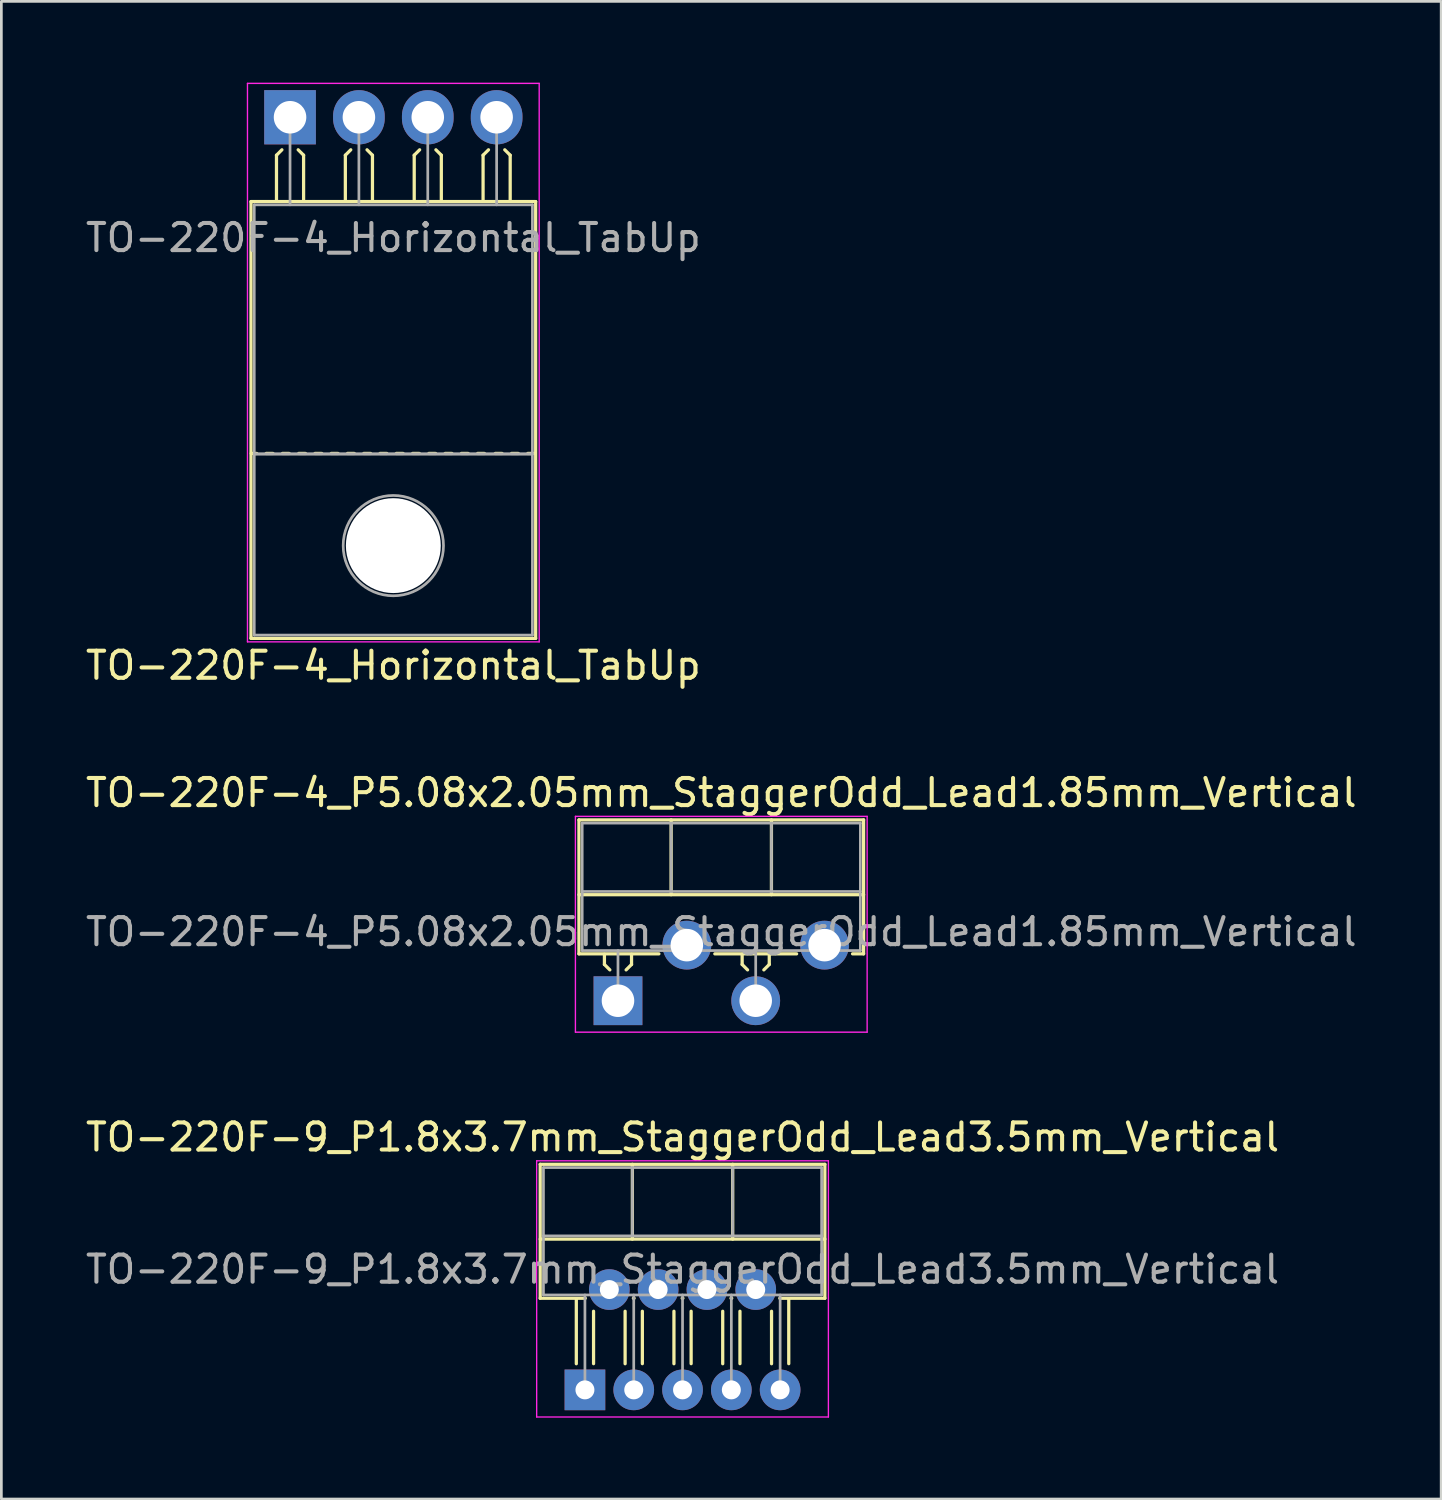
<source format=kicad_pcb>
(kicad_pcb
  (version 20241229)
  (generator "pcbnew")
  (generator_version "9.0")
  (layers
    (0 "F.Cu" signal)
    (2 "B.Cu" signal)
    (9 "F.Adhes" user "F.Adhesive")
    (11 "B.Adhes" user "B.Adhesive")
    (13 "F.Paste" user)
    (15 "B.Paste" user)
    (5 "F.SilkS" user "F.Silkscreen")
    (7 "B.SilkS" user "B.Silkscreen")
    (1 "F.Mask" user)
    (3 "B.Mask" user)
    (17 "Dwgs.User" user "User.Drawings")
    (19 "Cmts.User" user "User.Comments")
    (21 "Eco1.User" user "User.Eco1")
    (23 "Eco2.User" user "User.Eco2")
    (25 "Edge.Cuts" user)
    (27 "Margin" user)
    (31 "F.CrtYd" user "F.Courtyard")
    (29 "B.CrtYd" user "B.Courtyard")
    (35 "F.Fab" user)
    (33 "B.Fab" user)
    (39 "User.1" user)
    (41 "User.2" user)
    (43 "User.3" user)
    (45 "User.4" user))
  (footprint "TO-220F-4_P5.08x2.05mm_StaggerOdd_Lead1.85mm_Vertical"
    (layer "F.Cu")
    (at 19.744 33.861)
    (property "Reference" "TO-220F-4_P5.08x2.05mm_StaggerOdd_Lead1.85mm_Vertical" (at 3.81 -7.67 0) (layer "F.SilkS") (effects (font (size 1 1) (thickness 0.15))))
    (attr through_hole)
    (fp_line (start -1.44 -6.67) (end -1.44 -1.729) (stroke (width 0.12) (type solid)) (layer "F.SilkS"))
    (fp_line (start -1.44 -6.67) (end 9.06 -6.67) (stroke (width 0.12) (type solid)) (layer "F.SilkS"))
    (fp_line (start -1.44 -3.911) (end 9.06 -3.911) (stroke (width 0.12) (type solid)) (layer "F.SilkS"))
    (fp_line (start -1.44 -1.729) (end 1.509 -1.729) (stroke (width 0.12) (type solid)) (layer "F.SilkS"))
    (fp_line (start -0.5 -1.714) (end -0.5 -1.337) (stroke (width 0.12) (type solid)) (layer "F.SilkS"))
    (fp_line (start -0.5 -1.337) (end -0.3 -1.137) (stroke (width 0.12) (type solid)) (layer "F.SilkS"))
    (fp_line (start 0.5 -1.714) (end 0.5 -1.337) (stroke (width 0.12) (type solid)) (layer "F.SilkS"))
    (fp_line (start 0.5 -1.337) (end 0.3 -1.137) (stroke (width 0.12) (type solid)) (layer "F.SilkS"))
    (fp_line (start 1.96 -6.67) (end 1.96 -3.911) (stroke (width 0.12) (type solid)) (layer "F.SilkS"))
    (fp_line (start 3.572 -1.729) (end 6.589 -1.729) (stroke (width 0.12) (type solid)) (layer "F.SilkS"))
    (fp_line (start 4.58 -1.714) (end 4.58 -1.337) (stroke (width 0.12) (type solid)) (layer "F.SilkS"))
    (fp_line (start 4.58 -1.337) (end 4.78 -1.137) (stroke (width 0.12) (type solid)) (layer "F.SilkS"))
    (fp_line (start 5.58 -1.714) (end 5.58 -1.337) (stroke (width 0.12) (type solid)) (layer "F.SilkS"))
    (fp_line (start 5.58 -1.337) (end 5.38 -1.137) (stroke (width 0.12) (type solid)) (layer "F.SilkS"))
    (fp_line (start 5.66 -6.67) (end 5.66 -3.911) (stroke (width 0.12) (type solid)) (layer "F.SilkS"))
    (fp_line (start 8.652 -1.729) (end 9.06 -1.729) (stroke (width 0.12) (type solid)) (layer "F.SilkS"))
    (fp_line (start 9.06 -6.67) (end 9.06 -1.729) (stroke (width 0.12) (type solid)) (layer "F.SilkS"))
    (fp_line (start -1.57 -6.8) (end -1.57 1.16) (stroke (width 0.05) (type solid)) (layer "F.CrtYd"))
    (fp_line (start -1.57 1.16) (end 9.19 1.16) (stroke (width 0.05) (type solid)) (layer "F.CrtYd"))
    (fp_line (start 9.19 -6.8) (end -1.57 -6.8) (stroke (width 0.05) (type solid)) (layer "F.CrtYd"))
    (fp_line (start 9.19 1.16) (end 9.19 -6.8) (stroke (width 0.05) (type solid)) (layer "F.CrtYd"))
    (fp_line (start -1.32 -6.55) (end -1.32 -1.85) (stroke (width 0.1) (type solid)) (layer "F.Fab"))
    (fp_line (start -1.32 -4.03) (end 8.94 -4.03) (stroke (width 0.1) (type solid)) (layer "F.Fab"))
    (fp_line (start -1.32 -1.85) (end 8.94 -1.85) (stroke (width 0.1) (type solid)) (layer "F.Fab"))
    (fp_line (start 0 -1.85) (end 0 0) (stroke (width 0.1) (type solid)) (layer "F.Fab"))
    (fp_line (start 1.96 -6.55) (end 1.96 -4.03) (stroke (width 0.1) (type solid)) (layer "F.Fab"))
    (fp_line (start 5.08 -1.85) (end 5.08 0) (stroke (width 0.1) (type solid)) (layer "F.Fab"))
    (fp_line (start 5.66 -6.55) (end 5.66 -4.03) (stroke (width 0.1) (type solid)) (layer "F.Fab"))
    (fp_line (start 8.94 -6.55) (end -1.32 -6.55) (stroke (width 0.1) (type solid)) (layer "F.Fab"))
    (fp_line (start 8.94 -1.85) (end 8.94 -6.55) (stroke (width 0.1) (type solid)) (layer "F.Fab"))
    (fp_text user "${REFERENCE}" (at 3.81 -2.54 0) (layer "F.Fab") (effects (font (size 1 1) (thickness 0.15))))
    (pad "1" thru_hole rect (at 0 0) (size 1.8 1.8) (drill 1.2) (layers "*.Cu" "*.Mask"))
    (pad "2" thru_hole oval (at 2.54 -2.05) (size 1.8 1.8) (drill 1.2) (layers "*.Cu" "*.Mask"))
    (pad "3" thru_hole oval (at 5.08 0) (size 1.8 1.8) (drill 1.2) (layers "*.Cu" "*.Mask"))
    (pad "4" thru_hole oval (at 7.62 -2.05) (size 1.8 1.8) (drill 1.2) (layers "*.Cu" "*.Mask")))
  (footprint "TO-220F-9_P1.8x3.7mm_StaggerOdd_Lead3.5mm_Vertical"
    (layer "F.Cu")
    (at 18.525 48.215)
    (property "Reference" "TO-220F-9_P1.8x3.7mm_StaggerOdd_Lead3.5mm_Vertical" (at 3.6 -9.32 0) (layer "F.SilkS") (effects (font (size 1 1) (thickness 0.15))))
    (attr through_hole)
    (fp_line (start -1.65 -8.32) (end -1.65 -3.379) (stroke (width 0.12) (type solid)) (layer "F.SilkS"))
    (fp_line (start -1.65 -8.32) (end 8.85 -8.32) (stroke (width 0.12) (type solid)) (layer "F.SilkS"))
    (fp_line (start -1.65 -5.561) (end 8.85 -5.561) (stroke (width 0.12) (type solid)) (layer "F.SilkS"))
    (fp_line (start -1.65 -3.379) (end 0.014 -3.379) (stroke (width 0.12) (type solid)) (layer "F.SilkS"))
    (fp_line (start -0.318 -3.35) (end -0.318 -0.964) (stroke (width 0.12) (type solid)) (layer "F.SilkS"))
    (fp_line (start 0.318 -2.9) (end 0.318 -0.967) (stroke (width 0.12) (type solid)) (layer "F.SilkS"))
    (fp_line (start 1.482 -2.9) (end 1.482 -0.964) (stroke (width 0.12) (type solid)) (layer "F.SilkS"))
    (fp_line (start 1.75 -8.32) (end 1.75 -5.561) (stroke (width 0.12) (type solid)) (layer "F.SilkS"))
    (fp_line (start 1.787 -3.379) (end 1.814 -3.379) (stroke (width 0.12) (type solid)) (layer "F.SilkS"))
    (fp_line (start 2.118 -2.9) (end 2.118 -0.967) (stroke (width 0.12) (type solid)) (layer "F.SilkS"))
    (fp_line (start 3.283 -2.9) (end 3.283 -0.964) (stroke (width 0.12) (type solid)) (layer "F.SilkS"))
    (fp_line (start 3.587 -3.379) (end 3.614 -3.379) (stroke (width 0.12) (type solid)) (layer "F.SilkS"))
    (fp_line (start 3.917 -2.9) (end 3.917 -0.967) (stroke (width 0.12) (type solid)) (layer "F.SilkS"))
    (fp_line (start 5.082 -2.9) (end 5.082 -0.964) (stroke (width 0.12) (type solid)) (layer "F.SilkS"))
    (fp_line (start 5.387 -3.379) (end 5.414 -3.379) (stroke (width 0.12) (type solid)) (layer "F.SilkS"))
    (fp_line (start 5.45 -8.32) (end 5.45 -5.561) (stroke (width 0.12) (type solid)) (layer "F.SilkS"))
    (fp_line (start 5.718 -2.9) (end 5.718 -0.967) (stroke (width 0.12) (type solid)) (layer "F.SilkS"))
    (fp_line (start 6.883 -2.9) (end 6.883 -0.964) (stroke (width 0.12) (type solid)) (layer "F.SilkS"))
    (fp_line (start 7.187 -3.379) (end 8.85 -3.379) (stroke (width 0.12) (type solid)) (layer "F.SilkS"))
    (fp_line (start 7.518 -3.35) (end 7.518 -0.967) (stroke (width 0.12) (type solid)) (layer "F.SilkS"))
    (fp_line (start 8.85 -8.32) (end 8.85 -3.379) (stroke (width 0.12) (type solid)) (layer "F.SilkS"))
    (fp_line (start -1.78 -8.45) (end -1.78 1) (stroke (width 0.05) (type solid)) (layer "F.CrtYd"))
    (fp_line (start -1.78 1) (end 8.98 1) (stroke (width 0.05) (type solid)) (layer "F.CrtYd"))
    (fp_line (start 8.98 -8.45) (end -1.78 -8.45) (stroke (width 0.05) (type solid)) (layer "F.CrtYd"))
    (fp_line (start 8.98 1) (end 8.98 -8.45) (stroke (width 0.05) (type solid)) (layer "F.CrtYd"))
    (fp_line (start -1.53 -8.2) (end -1.53 -3.5) (stroke (width 0.1) (type solid)) (layer "F.Fab"))
    (fp_line (start -1.53 -5.68) (end 8.73 -5.68) (stroke (width 0.1) (type solid)) (layer "F.Fab"))
    (fp_line (start -1.53 -3.5) (end 8.73 -3.5) (stroke (width 0.1) (type solid)) (layer "F.Fab"))
    (fp_line (start 0 -3.5) (end 0 0) (stroke (width 0.1) (type solid)) (layer "F.Fab"))
    (fp_line (start 1.75 -8.2) (end 1.75 -5.68) (stroke (width 0.1) (type solid)) (layer "F.Fab"))
    (fp_line (start 1.8 -3.5) (end 1.8 0) (stroke (width 0.1) (type solid)) (layer "F.Fab"))
    (fp_line (start 3.6 -3.5) (end 3.6 0) (stroke (width 0.1) (type solid)) (layer "F.Fab"))
    (fp_line (start 5.4 -3.5) (end 5.4 0) (stroke (width 0.1) (type solid)) (layer "F.Fab"))
    (fp_line (start 5.45 -8.2) (end 5.45 -5.68) (stroke (width 0.1) (type solid)) (layer "F.Fab"))
    (fp_line (start 7.2 -3.5) (end 7.2 0) (stroke (width 0.1) (type solid)) (layer "F.Fab"))
    (fp_line (start 8.73 -8.2) (end -1.53 -8.2) (stroke (width 0.1) (type solid)) (layer "F.Fab"))
    (fp_line (start 8.73 -3.5) (end 8.73 -8.2) (stroke (width 0.1) (type solid)) (layer "F.Fab"))
    (fp_text user "${REFERENCE}" (at 3.6 -4.445 0) (layer "F.Fab") (effects (font (size 1 1) (thickness 0.15))))
    (pad "1" thru_hole rect (at 0 0) (size 1.5 1.5) (drill 0.7) (layers "*.Cu" "*.Mask"))
    (pad "2" thru_hole oval (at 0.9 -3.7) (size 1.5 1.5) (drill 0.7) (layers "*.Cu" "*.Mask"))
    (pad "3" thru_hole oval (at 1.8 0) (size 1.5 1.5) (drill 0.7) (layers "*.Cu" "*.Mask"))
    (pad "4" thru_hole oval (at 2.7 -3.7) (size 1.5 1.5) (drill 0.7) (layers "*.Cu" "*.Mask"))
    (pad "5" thru_hole oval (at 3.6 0) (size 1.5 1.5) (drill 0.7) (layers "*.Cu" "*.Mask"))
    (pad "6" thru_hole oval (at 4.5 -3.7) (size 1.5 1.5) (drill 0.7) (layers "*.Cu" "*.Mask"))
    (pad "7" thru_hole oval (at 5.4 0) (size 1.5 1.5) (drill 0.7) (layers "*.Cu" "*.Mask"))
    (pad "8" thru_hole oval (at 6.3 -3.7) (size 1.5 1.5) (drill 0.7) (layers "*.Cu" "*.Mask"))
    (pad "9" thru_hole oval (at 7.2 0) (size 1.5 1.5) (drill 0.7) (layers "*.Cu" "*.Mask")))
  (footprint "TO-220F-4_Horizontal_TabUp"
    (layer "F.Cu")
    (at 7.648 1.275)
    (property "Reference" "TO-220F-4_Horizontal_TabUp" (at 3.81 20.22 0) (layer "F.SilkS") (effects (font (size 1 1) (thickness 0.15))))
    (attr through_hole)
    (fp_line (start -1.44 19.22) (end -1.44 3.11) (stroke (width 0.12) (type solid)) (layer "F.SilkS"))
    (fp_line (start -1.23 12.4) (end -1.43 12.4) (stroke (width 0.12) (type solid)) (layer "F.SilkS"))
    (fp_line (start -0.63 12.4) (end -0.88 12.4) (stroke (width 0.12) (type solid)) (layer "F.SilkS"))
    (fp_line (start -0.5 1.4) (end -0.3 1.2) (stroke (width 0.12) (type solid)) (layer "F.SilkS"))
    (fp_line (start -0.5 3.048) (end -0.5 1.4) (stroke (width 0.12) (type solid)) (layer "F.SilkS"))
    (fp_line (start -0.03 12.4) (end -0.28 12.4) (stroke (width 0.12) (type solid)) (layer "F.SilkS"))
    (fp_line (start 0.5 1.4) (end 0.3 1.2) (stroke (width 0.12) (type solid)) (layer "F.SilkS"))
    (fp_line (start 0.5 3.048) (end 0.5 1.4) (stroke (width 0.12) (type solid)) (layer "F.SilkS"))
    (fp_line (start 0.57 12.4) (end 0.32 12.4) (stroke (width 0.12) (type solid)) (layer "F.SilkS"))
    (fp_line (start 1.17 12.4) (end 0.92 12.4) (stroke (width 0.12) (type solid)) (layer "F.SilkS"))
    (fp_line (start 1.77 12.4) (end 1.52 12.4) (stroke (width 0.12) (type solid)) (layer "F.SilkS"))
    (fp_line (start 2.04 1.4) (end 2.24 1.2) (stroke (width 0.12) (type solid)) (layer "F.SilkS"))
    (fp_line (start 2.04 3.048) (end 2.04 1.4) (stroke (width 0.12) (type solid)) (layer "F.SilkS"))
    (fp_line (start 2.37 12.4) (end 2.12 12.4) (stroke (width 0.12) (type solid)) (layer "F.SilkS"))
    (fp_line (start 2.97 12.4) (end 2.72 12.4) (stroke (width 0.12) (type solid)) (layer "F.SilkS"))
    (fp_line (start 3.04 1.4) (end 2.84 1.2) (stroke (width 0.12) (type solid)) (layer "F.SilkS"))
    (fp_line (start 3.04 3.048) (end 3.04 1.4) (stroke (width 0.12) (type solid)) (layer "F.SilkS"))
    (fp_line (start 3.57 12.4) (end 3.32 12.4) (stroke (width 0.12) (type solid)) (layer "F.SilkS"))
    (fp_line (start 4.17 12.4) (end 3.92 12.4) (stroke (width 0.12) (type solid)) (layer "F.SilkS"))
    (fp_line (start 4.58 1.4) (end 4.78 1.2) (stroke (width 0.12) (type solid)) (layer "F.SilkS"))
    (fp_line (start 4.58 3.048) (end 4.58 1.4) (stroke (width 0.12) (type solid)) (layer "F.SilkS"))
    (fp_line (start 4.77 12.4) (end 4.52 12.4) (stroke (width 0.12) (type solid)) (layer "F.SilkS"))
    (fp_line (start 5.37 12.4) (end 5.12 12.4) (stroke (width 0.12) (type solid)) (layer "F.SilkS"))
    (fp_line (start 5.58 1.4) (end 5.38 1.2) (stroke (width 0.12) (type solid)) (layer "F.SilkS"))
    (fp_line (start 5.58 3.048) (end 5.58 1.4) (stroke (width 0.12) (type solid)) (layer "F.SilkS"))
    (fp_line (start 5.97 12.4) (end 5.72 12.4) (stroke (width 0.12) (type solid)) (layer "F.SilkS"))
    (fp_line (start 6.57 12.4) (end 6.32 12.4) (stroke (width 0.12) (type solid)) (layer "F.SilkS"))
    (fp_line (start 7.12 1.4) (end 7.32 1.2) (stroke (width 0.12) (type solid)) (layer "F.SilkS"))
    (fp_line (start 7.12 3.048) (end 7.12 1.4) (stroke (width 0.12) (type solid)) (layer "F.SilkS"))
    (fp_line (start 7.17 12.4) (end 6.92 12.4) (stroke (width 0.12) (type solid)) (layer "F.SilkS"))
    (fp_line (start 7.82 12.4) (end 7.57 12.4) (stroke (width 0.12) (type solid)) (layer "F.SilkS"))
    (fp_line (start 8.12 1.4) (end 7.92 1.2) (stroke (width 0.12) (type solid)) (layer "F.SilkS"))
    (fp_line (start 8.12 3.048) (end 8.12 1.4) (stroke (width 0.12) (type solid)) (layer "F.SilkS"))
    (fp_line (start 8.42 12.4) (end 8.17 12.4) (stroke (width 0.12) (type solid)) (layer "F.SilkS"))
    (fp_line (start 9.02 12.4) (end 8.77 12.4) (stroke (width 0.12) (type solid)) (layer "F.SilkS"))
    (fp_line (start 9.06 3.11) (end -1.44 3.11) (stroke (width 0.12) (type solid)) (layer "F.SilkS"))
    (fp_line (start 9.06 19.22) (end -1.44 19.22) (stroke (width 0.12) (type solid)) (layer "F.SilkS"))
    (fp_line (start 9.06 19.22) (end 9.06 3.11) (stroke (width 0.12) (type solid)) (layer "F.SilkS"))
    (fp_line (start -1.57 -1.25) (end -1.57 19.35) (stroke (width 0.05) (type solid)) (layer "F.CrtYd"))
    (fp_line (start -1.57 19.35) (end 9.19 19.35) (stroke (width 0.05) (type solid)) (layer "F.CrtYd"))
    (fp_line (start 9.19 -1.25) (end -1.57 -1.25) (stroke (width 0.05) (type solid)) (layer "F.CrtYd"))
    (fp_line (start 9.19 19.35) (end 9.19 -1.25) (stroke (width 0.05) (type solid)) (layer "F.CrtYd"))
    (fp_line (start -1.32 3.23) (end -1.32 12.42) (stroke (width 0.1) (type solid)) (layer "F.Fab"))
    (fp_line (start -1.32 12.42) (end -1.32 19.1) (stroke (width 0.1) (type solid)) (layer "F.Fab"))
    (fp_line (start -1.32 12.42) (end 8.94 12.42) (stroke (width 0.1) (type solid)) (layer "F.Fab"))
    (fp_line (start -1.32 19.1) (end 8.94 19.1) (stroke (width 0.1) (type solid)) (layer "F.Fab"))
    (fp_line (start 0 3.23) (end 0 0) (stroke (width 0.1) (type solid)) (layer "F.Fab"))
    (fp_line (start 2.54 3.23) (end 2.54 0) (stroke (width 0.1) (type solid)) (layer "F.Fab"))
    (fp_line (start 5.08 3.23) (end 5.08 0) (stroke (width 0.1) (type solid)) (layer "F.Fab"))
    (fp_line (start 7.62 3.23) (end 7.62 0) (stroke (width 0.1) (type solid)) (layer "F.Fab"))
    (fp_line (start 8.94 3.23) (end -1.32 3.23) (stroke (width 0.1) (type solid)) (layer "F.Fab"))
    (fp_line (start 8.94 12.42) (end -1.32 12.42) (stroke (width 0.1) (type solid)) (layer "F.Fab"))
    (fp_line (start 8.94 12.42) (end 8.94 3.23) (stroke (width 0.1) (type solid)) (layer "F.Fab"))
    (fp_line (start 8.94 19.1) (end 8.94 12.42) (stroke (width 0.1) (type solid)) (layer "F.Fab"))
    (fp_circle (center 3.81 15.8) (end 5.66 15.8) (stroke (width 0.1) (type solid)) (fill no) (layer "F.Fab"))
    (fp_text user "${REFERENCE}" (at 3.81 4.445 0) (layer "F.Fab") (effects (font (size 1 1) (thickness 0.15))))
    (pad "" np_thru_hole oval (at 3.81 15.8) (size 3.5 3.5) (drill 3.5) (layers "*.Cu" "*.Mask"))
    (pad "1" thru_hole rect (at 0 0) (size 1.905 2) (drill 1.2) (layers "*.Cu" "*.Mask"))
    (pad "2" thru_hole oval (at 2.54 0) (size 1.905 2) (drill 1.2) (layers "*.Cu" "*.Mask"))
    (pad "3" thru_hole oval (at 5.08 0) (size 1.905 2) (drill 1.2) (layers "*.Cu" "*.Mask"))
    (pad "4" thru_hole oval (at 7.62 0) (size 1.905 2) (drill 1.2) (layers "*.Cu" "*.Mask")))
  (gr_rect
    (start -3 -3)
    (end 50.107 52.24)
    (stroke (width 0.1) (type default))
    (fill no)
    (layer "Edge.Cuts")))
</source>
